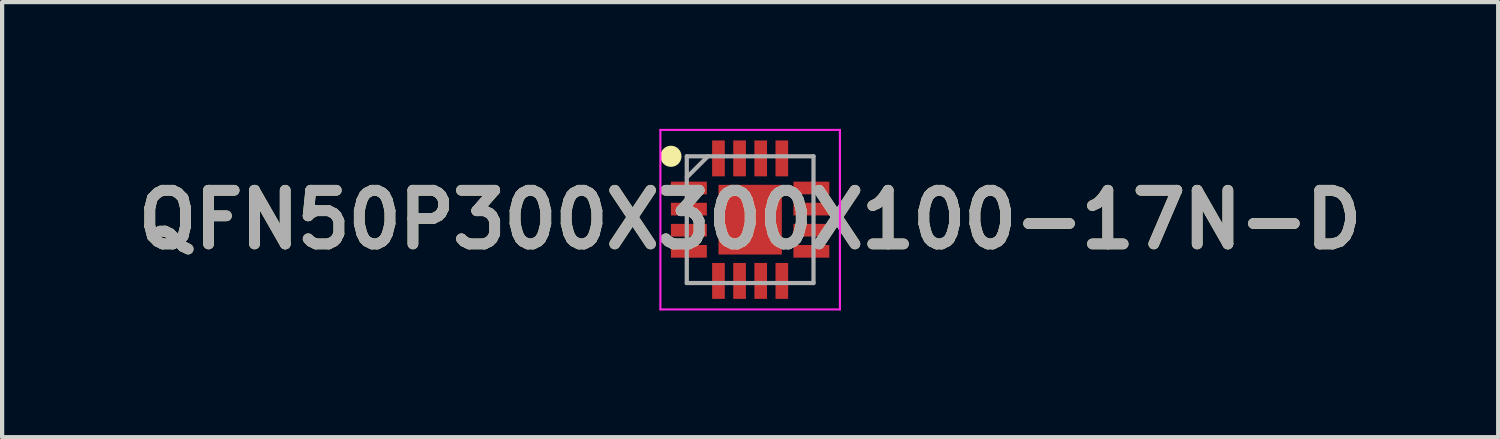
<source format=kicad_pcb>
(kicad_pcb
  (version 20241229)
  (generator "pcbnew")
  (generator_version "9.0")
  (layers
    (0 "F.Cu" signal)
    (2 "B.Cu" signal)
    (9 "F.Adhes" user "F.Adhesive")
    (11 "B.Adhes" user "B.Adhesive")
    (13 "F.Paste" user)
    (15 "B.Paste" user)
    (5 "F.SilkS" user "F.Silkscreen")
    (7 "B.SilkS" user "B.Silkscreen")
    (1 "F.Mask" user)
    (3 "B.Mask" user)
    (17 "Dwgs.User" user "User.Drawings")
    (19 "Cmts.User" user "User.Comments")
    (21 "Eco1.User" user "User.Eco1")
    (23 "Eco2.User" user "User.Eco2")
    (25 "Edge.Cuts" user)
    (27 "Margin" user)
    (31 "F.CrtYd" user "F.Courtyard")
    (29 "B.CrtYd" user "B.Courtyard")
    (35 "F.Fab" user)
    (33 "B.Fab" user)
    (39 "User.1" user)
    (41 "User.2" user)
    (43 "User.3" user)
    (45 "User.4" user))
  (footprint "QFN50P300X300X100-17N-D"
    (layer "F.Cu")
    (at 14.708 2.15)
    (property "Reference" "QFN50P300X300X100-17N-D" (at 0 0 0) (layer "F.SilkS") (effects (font (size 1.27 1.27) (thickness 0.254))))
    (attr smd)
    (fp_circle (center -1.875 -1.5) (end -1.875 -1.375) (stroke (width 0.25) (type solid)) (fill no) (layer "F.SilkS"))
    (fp_line (start -2.125 -2.125) (end 2.125 -2.125) (stroke (width 0.05) (type solid)) (layer "F.CrtYd"))
    (fp_line (start -2.125 2.125) (end -2.125 -2.125) (stroke (width 0.05) (type solid)) (layer "F.CrtYd"))
    (fp_line (start 2.125 -2.125) (end 2.125 2.125) (stroke (width 0.05) (type solid)) (layer "F.CrtYd"))
    (fp_line (start 2.125 2.125) (end -2.125 2.125) (stroke (width 0.05) (type solid)) (layer "F.CrtYd"))
    (fp_line (start -1.5 -1.5) (end 1.5 -1.5) (stroke (width 0.1) (type solid)) (layer "F.Fab"))
    (fp_line (start -1.5 -1) (end -1 -1.5) (stroke (width 0.1) (type solid)) (layer "F.Fab"))
    (fp_line (start -1.5 1.5) (end -1.5 -1.5) (stroke (width 0.1) (type solid)) (layer "F.Fab"))
    (fp_line (start 1.5 -1.5) (end 1.5 1.5) (stroke (width 0.1) (type solid)) (layer "F.Fab"))
    (fp_line (start 1.5 1.5) (end -1.5 1.5) (stroke (width 0.1) (type solid)) (layer "F.Fab"))
    (fp_text user "${REFERENCE}" (at 0 0 0) (layer "F.Fab") (effects (font (size 1.27 1.27) (thickness 0.254))))
    (pad "1" smd rect (at -1.45 -0.75 90) (size 0.3 0.85) (layers "F.Cu" "F.Mask" "F.Paste"))
    (pad "2" smd rect (at -1.45 -0.25 90) (size 0.3 0.85) (layers "F.Cu" "F.Mask" "F.Paste"))
    (pad "3" smd rect (at -1.45 0.25 90) (size 0.3 0.85) (layers "F.Cu" "F.Mask" "F.Paste"))
    (pad "4" smd rect (at -1.45 0.75 90) (size 0.3 0.85) (layers "F.Cu" "F.Mask" "F.Paste"))
    (pad "5" smd rect (at -0.75 1.45) (size 0.3 0.85) (layers "F.Cu" "F.Mask" "F.Paste"))
    (pad "6" smd rect (at -0.25 1.45) (size 0.3 0.85) (layers "F.Cu" "F.Mask" "F.Paste"))
    (pad "7" smd rect (at 0.25 1.45) (size 0.3 0.85) (layers "F.Cu" "F.Mask" "F.Paste"))
    (pad "8" smd rect (at 0.75 1.45) (size 0.3 0.85) (layers "F.Cu" "F.Mask" "F.Paste"))
    (pad "9" smd rect (at 1.45 0.75 90) (size 0.3 0.85) (layers "F.Cu" "F.Mask" "F.Paste"))
    (pad "10" smd rect (at 1.45 0.25 90) (size 0.3 0.85) (layers "F.Cu" "F.Mask" "F.Paste"))
    (pad "11" smd rect (at 1.45 -0.25 90) (size 0.3 0.85) (layers "F.Cu" "F.Mask" "F.Paste"))
    (pad "12" smd rect (at 1.45 -0.75 90) (size 0.3 0.85) (layers "F.Cu" "F.Mask" "F.Paste"))
    (pad "13" smd rect (at 0.75 -1.45) (size 0.3 0.85) (layers "F.Cu" "F.Mask" "F.Paste"))
    (pad "14" smd rect (at 0.25 -1.45) (size 0.3 0.85) (layers "F.Cu" "F.Mask" "F.Paste"))
    (pad "15" smd rect (at -0.25 -1.45) (size 0.3 0.85) (layers "F.Cu" "F.Mask" "F.Paste"))
    (pad "16" smd rect (at -0.75 -1.45) (size 0.3 0.85) (layers "F.Cu" "F.Mask" "F.Paste"))
    (pad "17" smd rect (at 0 0) (size 1.5 1.65) (layers "F.Cu" "F.Mask" "F.Paste")))
  (gr_rect
    (start -3 -3)
    (end 32.416 7.3)
    (stroke (width 0.1) (type default))
    (fill no)
    (layer "Edge.Cuts")))
</source>
